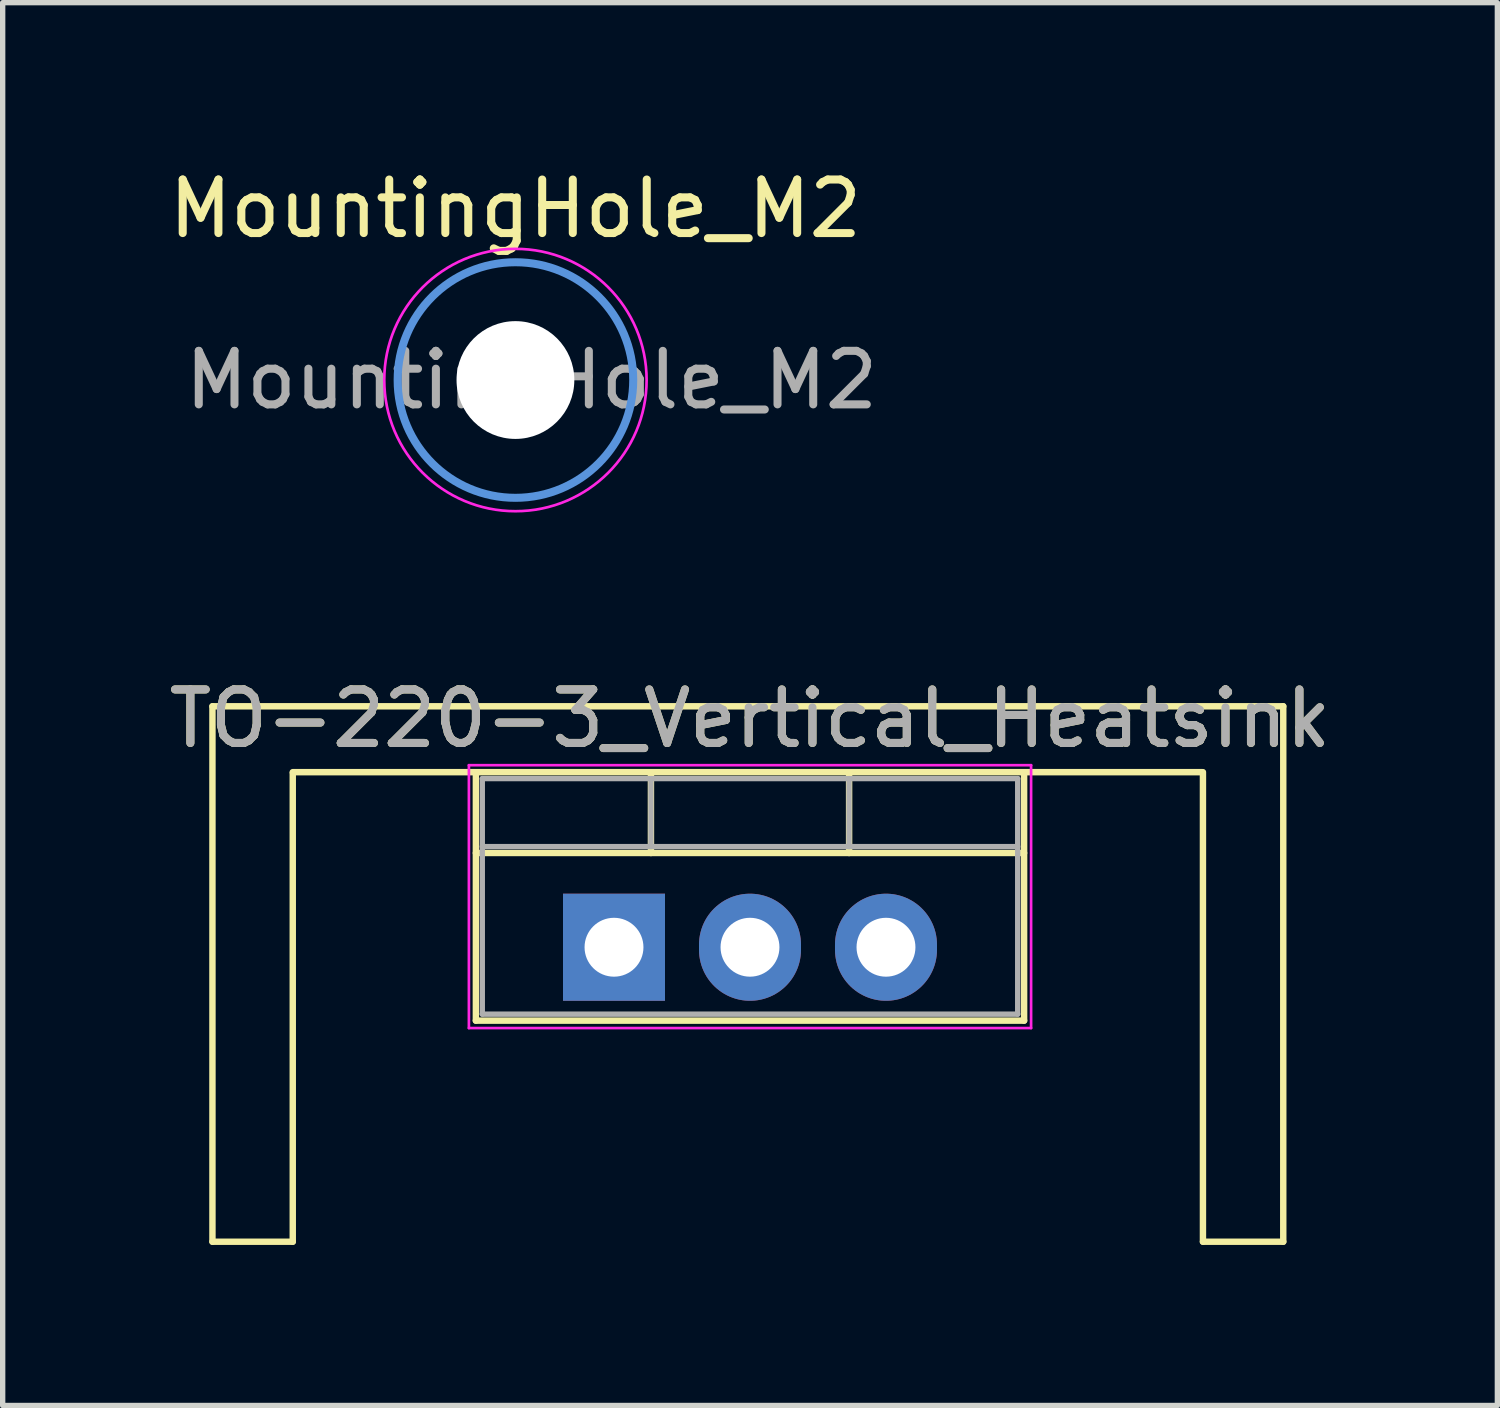
<source format=kicad_pcb>
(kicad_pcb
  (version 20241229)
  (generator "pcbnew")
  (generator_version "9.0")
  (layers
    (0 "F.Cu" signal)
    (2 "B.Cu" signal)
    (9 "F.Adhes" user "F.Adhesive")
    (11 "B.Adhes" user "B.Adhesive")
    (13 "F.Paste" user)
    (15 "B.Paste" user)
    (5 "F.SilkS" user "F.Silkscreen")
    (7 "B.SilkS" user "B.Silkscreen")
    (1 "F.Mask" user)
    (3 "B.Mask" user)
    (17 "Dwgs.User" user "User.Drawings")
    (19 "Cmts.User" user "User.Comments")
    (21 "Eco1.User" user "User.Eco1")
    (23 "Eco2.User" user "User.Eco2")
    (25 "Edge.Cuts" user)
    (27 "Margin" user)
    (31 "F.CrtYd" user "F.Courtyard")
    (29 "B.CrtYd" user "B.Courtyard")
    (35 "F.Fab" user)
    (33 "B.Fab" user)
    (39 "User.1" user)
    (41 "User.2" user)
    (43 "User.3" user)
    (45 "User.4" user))
  (footprint "TO-220-3_Vertical_Heatsink"
    (layer "F.Cu")
    (at 8.418 14.642)
    (property "Reference" "TO-220-3_Vertical_Heatsink" (at 2.54 -4.27 0) (layer "F.SilkS") (effects (font (size 1 1) (thickness 0.15))))
    (attr through_hole)
    (fp_line (start -7.5 5.5) (end -7.5 -4.5) (stroke (width 0.12) (type solid)) (layer "F.SilkS"))
    (fp_line (start -6 -3.25) (end -6 5.5) (stroke (width 0.12) (type solid)) (layer "F.SilkS"))
    (fp_line (start -6 5.5) (end -7.5 5.5) (stroke (width 0.12) (type solid)) (layer "F.SilkS"))
    (fp_line (start -2.58 -3.27) (end -6 -3.27) (stroke (width 0.12) (type solid)) (layer "F.SilkS"))
    (fp_line (start -2.58 -3.27) (end -2.58 1.371) (stroke (width 0.12) (type solid)) (layer "F.SilkS"))
    (fp_line (start -2.58 -3.27) (end 7.66 -3.27) (stroke (width 0.12) (type solid)) (layer "F.SilkS"))
    (fp_line (start -2.58 -1.76) (end 7.66 -1.76) (stroke (width 0.12) (type solid)) (layer "F.SilkS"))
    (fp_line (start -2.58 1.371) (end 7.66 1.371) (stroke (width 0.12) (type solid)) (layer "F.SilkS"))
    (fp_line (start 0.69 -3.27) (end 0.69 -1.76) (stroke (width 0.12) (type solid)) (layer "F.SilkS"))
    (fp_line (start 4.391 -3.27) (end 4.391 -1.76) (stroke (width 0.12) (type solid)) (layer "F.SilkS"))
    (fp_line (start 7.66 -3.27) (end 7.66 1.371) (stroke (width 0.12) (type solid)) (layer "F.SilkS"))
    (fp_line (start 7.66 -3.27) (end 11 -3.27) (stroke (width 0.12) (type solid)) (layer "F.SilkS"))
    (fp_line (start 11 -3.25) (end 11 5.5) (stroke (width 0.12) (type solid)) (layer "F.SilkS"))
    (fp_line (start 11 5.5) (end 12.5 5.5) (stroke (width 0.12) (type solid)) (layer "F.SilkS"))
    (fp_line (start 12.5 -4.5) (end -7.5 -4.5) (stroke (width 0.12) (type solid)) (layer "F.SilkS"))
    (fp_line (start 12.5 5.5) (end 12.5 -4.5) (stroke (width 0.12) (type solid)) (layer "F.SilkS"))
    (fp_line (start -2.71 -3.4) (end -2.71 1.51) (stroke (width 0.05) (type solid)) (layer "F.CrtYd"))
    (fp_line (start -2.71 1.51) (end 7.79 1.51) (stroke (width 0.05) (type solid)) (layer "F.CrtYd"))
    (fp_line (start 7.79 -3.4) (end -2.71 -3.4) (stroke (width 0.05) (type solid)) (layer "F.CrtYd"))
    (fp_line (start 7.79 1.51) (end 7.79 -3.4) (stroke (width 0.05) (type solid)) (layer "F.CrtYd"))
    (fp_line (start -2.46 -3.15) (end -2.46 1.25) (stroke (width 0.1) (type solid)) (layer "F.Fab"))
    (fp_line (start -2.46 -1.88) (end 7.54 -1.88) (stroke (width 0.1) (type solid)) (layer "F.Fab"))
    (fp_line (start -2.46 1.25) (end 7.54 1.25) (stroke (width 0.1) (type solid)) (layer "F.Fab"))
    (fp_line (start 0.69 -3.15) (end 0.69 -1.88) (stroke (width 0.1) (type solid)) (layer "F.Fab"))
    (fp_line (start 4.39 -3.15) (end 4.39 -1.88) (stroke (width 0.1) (type solid)) (layer "F.Fab"))
    (fp_line (start 7.54 -3.15) (end -2.46 -3.15) (stroke (width 0.1) (type solid)) (layer "F.Fab"))
    (fp_line (start 7.54 1.25) (end 7.54 -3.15) (stroke (width 0.1) (type solid)) (layer "F.Fab"))
    (fp_text user "${REFERENCE}" (at 2.54 -4.27 0) (layer "F.Fab") (effects (font (size 1 1) (thickness 0.15))))
    (pad "1" thru_hole rect (at 0 0) (size 1.905 2) (drill 1.1) (layers "*.Cu" "*.Mask"))
    (pad "2" thru_hole oval (at 2.54 0) (size 1.905 2) (drill 1.1) (layers "*.Cu" "*.Mask"))
    (pad "3" thru_hole oval (at 5.08 0) (size 1.905 2) (drill 1.1) (layers "*.Cu" "*.Mask")))
  (footprint "MountingHole_M2"
    (layer "F.Cu")
    (at 6.577 4.048)
    (property "Reference" "MountingHole_M2" (at 0 -3.2 0) (layer "F.SilkS") (effects (font (size 1 1) (thickness 0.15))))
    (attr exclude_from_pos_files exclude_from_bom)
    (fp_circle (center 0 0) (end 2.2 0) (stroke (width 0.15) (type solid)) (fill no) (layer "Cmts.User"))
    (fp_circle (center 0 0) (end 2.45 0) (stroke (width 0.05) (type solid)) (fill no) (layer "F.CrtYd"))
    (fp_text user "${REFERENCE}" (at 0.3 0 0) (layer "F.Fab") (effects (font (size 1 1) (thickness 0.15))))
    (pad "" np_thru_hole circle (at 0 0) (size 2.2 2.2) (drill 2.2) (layers "*.Cu" "*.Mask")))
  (gr_rect
    (start -3 -3)
    (end 24.917 23.201)
    (stroke (width 0.1) (type default))
    (fill no)
    (layer "Edge.Cuts")))
</source>
